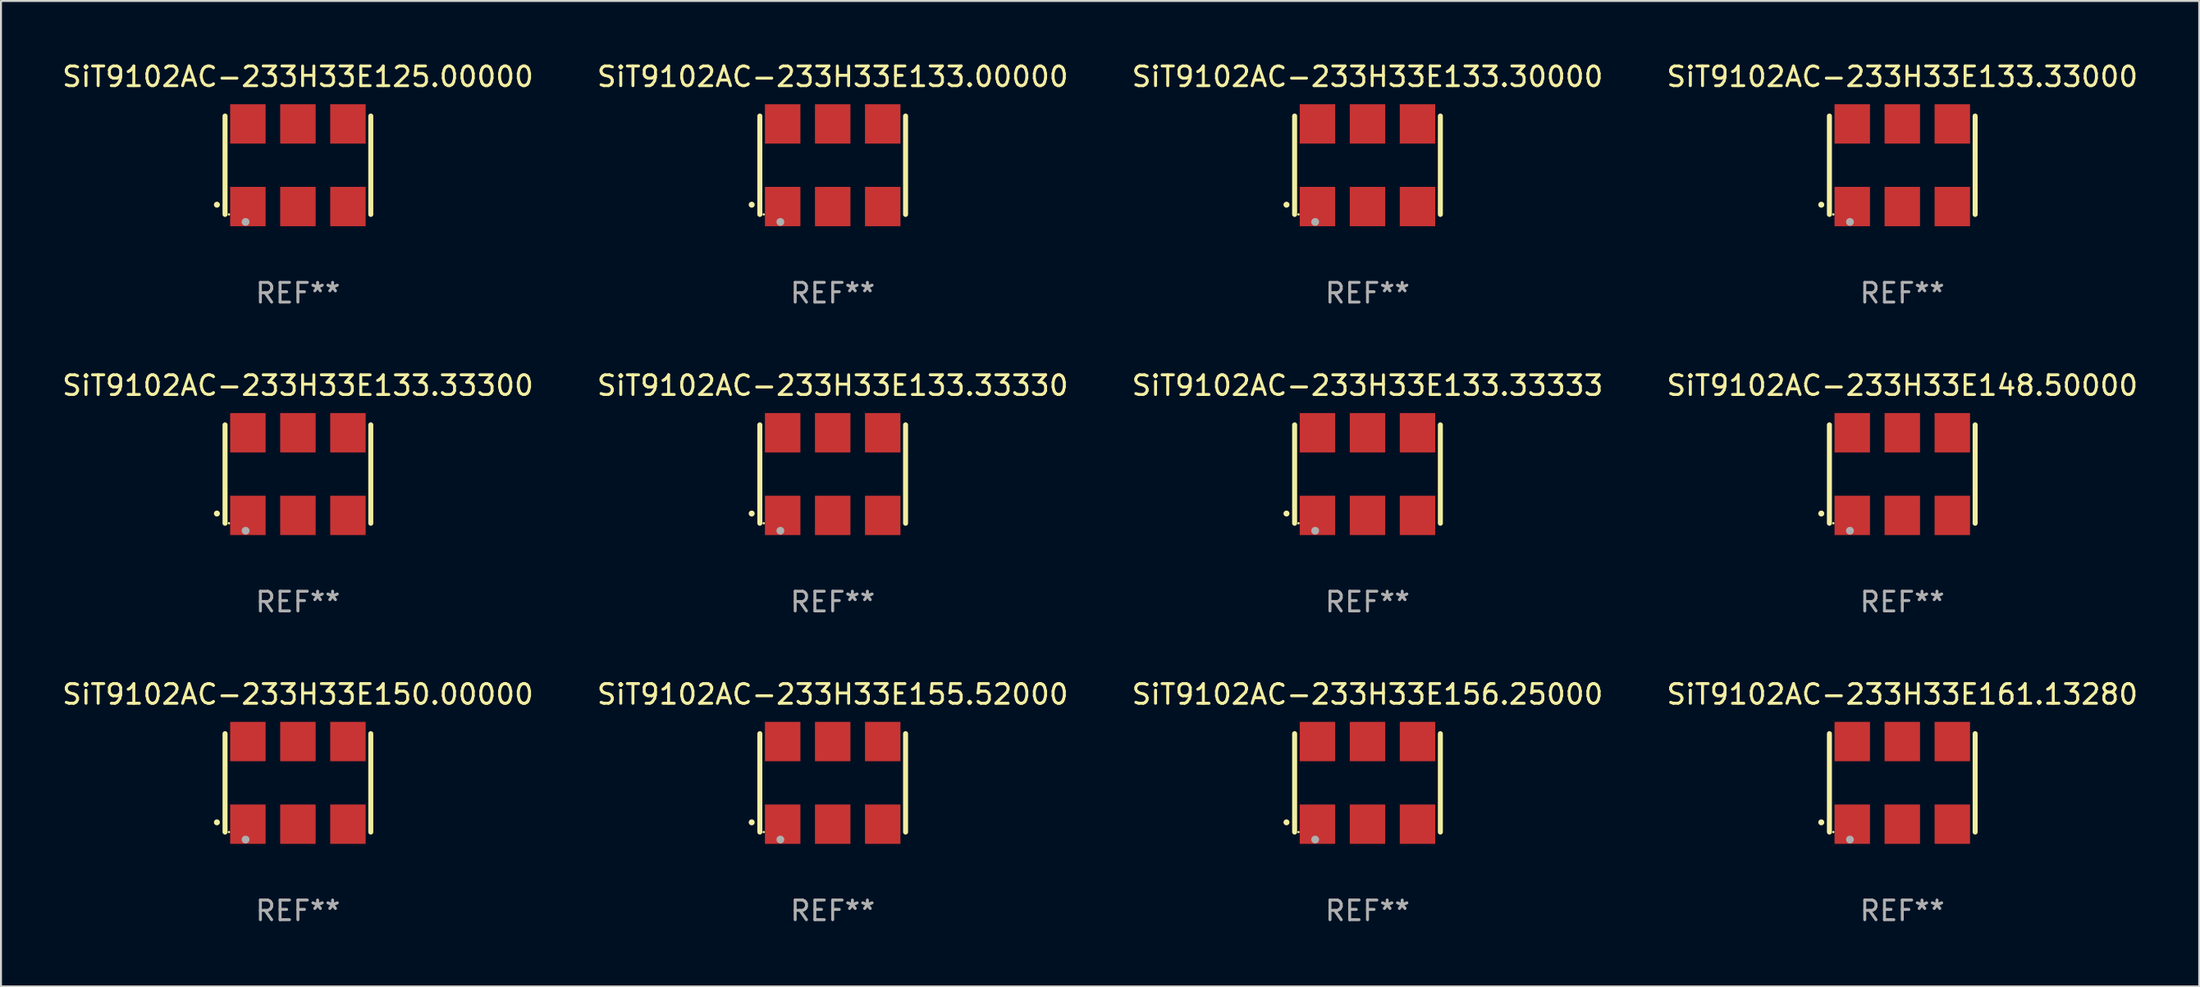
<source format=kicad_pcb>
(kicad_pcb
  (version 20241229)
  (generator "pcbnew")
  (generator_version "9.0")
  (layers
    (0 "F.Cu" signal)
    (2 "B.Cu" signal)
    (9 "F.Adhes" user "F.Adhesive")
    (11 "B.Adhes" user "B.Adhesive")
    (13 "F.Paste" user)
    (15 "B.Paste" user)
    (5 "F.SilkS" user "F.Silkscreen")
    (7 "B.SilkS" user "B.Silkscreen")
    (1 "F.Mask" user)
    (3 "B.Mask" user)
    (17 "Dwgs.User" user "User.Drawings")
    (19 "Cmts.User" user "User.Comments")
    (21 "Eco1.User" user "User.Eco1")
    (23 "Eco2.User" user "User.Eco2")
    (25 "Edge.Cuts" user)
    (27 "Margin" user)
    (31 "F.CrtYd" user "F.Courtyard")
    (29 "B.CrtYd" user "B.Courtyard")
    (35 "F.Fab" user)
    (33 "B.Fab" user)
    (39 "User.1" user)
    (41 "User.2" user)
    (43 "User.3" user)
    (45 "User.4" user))
  (footprint "SiT9102AC-233H33E133.00000"
    (layer "F.Cu")
    (at 39.232 5.348)
    (property "Reference" "SiT9102AC-233H33E133.00000" (at 0 -4.5 0) (layer "F.SilkS") (effects (font (size 1 1) (thickness 0.15))))
    (attr through_hole)
    (fp_line (start -3.7 -2.5) (end -3.7 2.5) (stroke (width 0.254) (type solid)) (layer "F.SilkS"))
    (fp_line (start 3.7 -2.5) (end 3.7 2.5) (stroke (width 0.254) (type solid)) (layer "F.SilkS"))
    (fp_arc (start -4.114415 2.006604) (mid -4.113145 2.006599) (end -4.111875 2.006604) (stroke (width 0.3) (type solid)) (layer "F.SilkS"))
    (fp_circle (center -3.502 2.5) (end -3.472 2.5) (stroke (width 0.06) (type solid)) (fill no) (layer "F.SilkS"))
    (fp_circle (center -2.657 2.882) (end -2.557 2.882) (stroke (width 0.2) (type solid)) (fill no) (layer "F.Fab"))
    (fp_text user "REF**" (at 0 6.5 0) (layer "F.Fab") (effects (font (size 1 1) (thickness 0.15))))
    (pad "1" smd rect (at -2.54 2.1) (size 1.8 2) (layers "F.Cu" "F.Mask" "F.Paste"))
    (pad "2" smd rect (at 0.000394 2.1) (size 1.8 2) (layers "F.Cu" "F.Mask" "F.Paste"))
    (pad "3" smd rect (at 2.54 2.1) (size 1.8 2) (layers "F.Cu" "F.Mask" "F.Paste"))
    (pad "4" smd rect (at 2.54 -2.1) (size 1.8 2) (layers "F.Cu" "F.Mask" "F.Paste"))
    (pad "5" smd rect (at 0.000394 -2.1) (size 1.8 2) (layers "F.Cu" "F.Mask" "F.Paste"))
    (pad "6" smd rect (at -2.54 -2.1) (size 1.8 2) (layers "F.Cu" "F.Mask" "F.Paste")))
  (footprint "SiT9102AC-233H33E161.13280"
    (layer "F.Cu")
    (at 93.542 36.741)
    (property "Reference" "SiT9102AC-233H33E161.13280" (at 0 -4.5 0) (layer "F.SilkS") (effects (font (size 1 1) (thickness 0.15))))
    (attr through_hole)
    (fp_line (start -3.7 -2.5) (end -3.7 2.5) (stroke (width 0.254) (type solid)) (layer "F.SilkS"))
    (fp_line (start 3.7 -2.5) (end 3.7 2.5) (stroke (width 0.254) (type solid)) (layer "F.SilkS"))
    (fp_arc (start -4.114415 2.006604) (mid -4.113145 2.006599) (end -4.111875 2.006604) (stroke (width 0.3) (type solid)) (layer "F.SilkS"))
    (fp_circle (center -3.502 2.5) (end -3.472 2.5) (stroke (width 0.06) (type solid)) (fill no) (layer "F.SilkS"))
    (fp_circle (center -2.657 2.882) (end -2.557 2.882) (stroke (width 0.2) (type solid)) (fill no) (layer "F.Fab"))
    (fp_text user "REF**" (at 0 6.5 0) (layer "F.Fab") (effects (font (size 1 1) (thickness 0.15))))
    (pad "1" smd rect (at -2.54 2.1) (size 1.8 2) (layers "F.Cu" "F.Mask" "F.Paste"))
    (pad "2" smd rect (at 0.000394 2.1) (size 1.8 2) (layers "F.Cu" "F.Mask" "F.Paste"))
    (pad "3" smd rect (at 2.54 2.1) (size 1.8 2) (layers "F.Cu" "F.Mask" "F.Paste"))
    (pad "4" smd rect (at 2.54 -2.1) (size 1.8 2) (layers "F.Cu" "F.Mask" "F.Paste"))
    (pad "5" smd rect (at 0.000394 -2.1) (size 1.8 2) (layers "F.Cu" "F.Mask" "F.Paste"))
    (pad "6" smd rect (at -2.54 -2.1) (size 1.8 2) (layers "F.Cu" "F.Mask" "F.Paste")))
  (footprint "SiT9102AC-233H33E133.33000"
    (layer "F.Cu")
    (at 93.542 5.348)
    (property "Reference" "SiT9102AC-233H33E133.33000" (at 0 -4.5 0) (layer "F.SilkS") (effects (font (size 1 1) (thickness 0.15))))
    (attr through_hole)
    (fp_line (start -3.7 -2.5) (end -3.7 2.5) (stroke (width 0.254) (type solid)) (layer "F.SilkS"))
    (fp_line (start 3.7 -2.5) (end 3.7 2.5) (stroke (width 0.254) (type solid)) (layer "F.SilkS"))
    (fp_arc (start -4.114415 2.006604) (mid -4.113145 2.006599) (end -4.111875 2.006604) (stroke (width 0.3) (type solid)) (layer "F.SilkS"))
    (fp_circle (center -3.502 2.5) (end -3.472 2.5) (stroke (width 0.06) (type solid)) (fill no) (layer "F.SilkS"))
    (fp_circle (center -2.657 2.882) (end -2.557 2.882) (stroke (width 0.2) (type solid)) (fill no) (layer "F.Fab"))
    (fp_text user "REF**" (at 0 6.5 0) (layer "F.Fab") (effects (font (size 1 1) (thickness 0.15))))
    (pad "1" smd rect (at -2.54 2.1) (size 1.8 2) (layers "F.Cu" "F.Mask" "F.Paste"))
    (pad "2" smd rect (at 0.000394 2.1) (size 1.8 2) (layers "F.Cu" "F.Mask" "F.Paste"))
    (pad "3" smd rect (at 2.54 2.1) (size 1.8 2) (layers "F.Cu" "F.Mask" "F.Paste"))
    (pad "4" smd rect (at 2.54 -2.1) (size 1.8 2) (layers "F.Cu" "F.Mask" "F.Paste"))
    (pad "5" smd rect (at 0.000394 -2.1) (size 1.8 2) (layers "F.Cu" "F.Mask" "F.Paste"))
    (pad "6" smd rect (at -2.54 -2.1) (size 1.8 2) (layers "F.Cu" "F.Mask" "F.Paste")))
  (footprint "SiT9102AC-233H33E150.00000"
    (layer "F.Cu")
    (at 12.077 36.741)
    (property "Reference" "SiT9102AC-233H33E150.00000" (at 0 -4.5 0) (layer "F.SilkS") (effects (font (size 1 1) (thickness 0.15))))
    (attr through_hole)
    (fp_line (start -3.7 -2.5) (end -3.7 2.5) (stroke (width 0.254) (type solid)) (layer "F.SilkS"))
    (fp_line (start 3.7 -2.5) (end 3.7 2.5) (stroke (width 0.254) (type solid)) (layer "F.SilkS"))
    (fp_arc (start -4.114415 2.006604) (mid -4.113145 2.006599) (end -4.111875 2.006604) (stroke (width 0.3) (type solid)) (layer "F.SilkS"))
    (fp_circle (center -3.502 2.5) (end -3.472 2.5) (stroke (width 0.06) (type solid)) (fill no) (layer "F.SilkS"))
    (fp_circle (center -2.657 2.882) (end -2.557 2.882) (stroke (width 0.2) (type solid)) (fill no) (layer "F.Fab"))
    (fp_text user "REF**" (at 0 6.5 0) (layer "F.Fab") (effects (font (size 1 1) (thickness 0.15))))
    (pad "1" smd rect (at -2.54 2.1) (size 1.8 2) (layers "F.Cu" "F.Mask" "F.Paste"))
    (pad "2" smd rect (at 0.000394 2.1) (size 1.8 2) (layers "F.Cu" "F.Mask" "F.Paste"))
    (pad "3" smd rect (at 2.54 2.1) (size 1.8 2) (layers "F.Cu" "F.Mask" "F.Paste"))
    (pad "4" smd rect (at 2.54 -2.1) (size 1.8 2) (layers "F.Cu" "F.Mask" "F.Paste"))
    (pad "5" smd rect (at 0.000394 -2.1) (size 1.8 2) (layers "F.Cu" "F.Mask" "F.Paste"))
    (pad "6" smd rect (at -2.54 -2.1) (size 1.8 2) (layers "F.Cu" "F.Mask" "F.Paste")))
  (footprint "SiT9102AC-233H33E125.00000"
    (layer "F.Cu")
    (at 12.077 5.348)
    (property "Reference" "SiT9102AC-233H33E125.00000" (at 0 -4.5 0) (layer "F.SilkS") (effects (font (size 1 1) (thickness 0.15))))
    (attr through_hole)
    (fp_line (start -3.7 -2.5) (end -3.7 2.5) (stroke (width 0.254) (type solid)) (layer "F.SilkS"))
    (fp_line (start 3.7 -2.5) (end 3.7 2.5) (stroke (width 0.254) (type solid)) (layer "F.SilkS"))
    (fp_arc (start -4.114415 2.006604) (mid -4.113145 2.006599) (end -4.111875 2.006604) (stroke (width 0.3) (type solid)) (layer "F.SilkS"))
    (fp_circle (center -3.502 2.5) (end -3.472 2.5) (stroke (width 0.06) (type solid)) (fill no) (layer "F.SilkS"))
    (fp_circle (center -2.657 2.882) (end -2.557 2.882) (stroke (width 0.2) (type solid)) (fill no) (layer "F.Fab"))
    (fp_text user "REF**" (at 0 6.5 0) (layer "F.Fab") (effects (font (size 1 1) (thickness 0.15))))
    (pad "1" smd rect (at -2.54 2.1) (size 1.8 2) (layers "F.Cu" "F.Mask" "F.Paste"))
    (pad "2" smd rect (at 0.000394 2.1) (size 1.8 2) (layers "F.Cu" "F.Mask" "F.Paste"))
    (pad "3" smd rect (at 2.54 2.1) (size 1.8 2) (layers "F.Cu" "F.Mask" "F.Paste"))
    (pad "4" smd rect (at 2.54 -2.1) (size 1.8 2) (layers "F.Cu" "F.Mask" "F.Paste"))
    (pad "5" smd rect (at 0.000394 -2.1) (size 1.8 2) (layers "F.Cu" "F.Mask" "F.Paste"))
    (pad "6" smd rect (at -2.54 -2.1) (size 1.8 2) (layers "F.Cu" "F.Mask" "F.Paste")))
  (footprint "SiT9102AC-233H33E148.50000"
    (layer "F.Cu")
    (at 93.542 21.045)
    (property "Reference" "SiT9102AC-233H33E148.50000" (at 0 -4.5 0) (layer "F.SilkS") (effects (font (size 1 1) (thickness 0.15))))
    (attr through_hole)
    (fp_line (start -3.7 -2.5) (end -3.7 2.5) (stroke (width 0.254) (type solid)) (layer "F.SilkS"))
    (fp_line (start 3.7 -2.5) (end 3.7 2.5) (stroke (width 0.254) (type solid)) (layer "F.SilkS"))
    (fp_arc (start -4.114415 2.006604) (mid -4.113145 2.006599) (end -4.111875 2.006604) (stroke (width 0.3) (type solid)) (layer "F.SilkS"))
    (fp_circle (center -3.502 2.5) (end -3.472 2.5) (stroke (width 0.06) (type solid)) (fill no) (layer "F.SilkS"))
    (fp_circle (center -2.657 2.882) (end -2.557 2.882) (stroke (width 0.2) (type solid)) (fill no) (layer "F.Fab"))
    (fp_text user "REF**" (at 0 6.5 0) (layer "F.Fab") (effects (font (size 1 1) (thickness 0.15))))
    (pad "1" smd rect (at -2.54 2.1) (size 1.8 2) (layers "F.Cu" "F.Mask" "F.Paste"))
    (pad "2" smd rect (at 0.000394 2.1) (size 1.8 2) (layers "F.Cu" "F.Mask" "F.Paste"))
    (pad "3" smd rect (at 2.54 2.1) (size 1.8 2) (layers "F.Cu" "F.Mask" "F.Paste"))
    (pad "4" smd rect (at 2.54 -2.1) (size 1.8 2) (layers "F.Cu" "F.Mask" "F.Paste"))
    (pad "5" smd rect (at 0.000394 -2.1) (size 1.8 2) (layers "F.Cu" "F.Mask" "F.Paste"))
    (pad "6" smd rect (at -2.54 -2.1) (size 1.8 2) (layers "F.Cu" "F.Mask" "F.Paste")))
  (footprint "SiT9102AC-233H33E133.33333"
    (layer "F.Cu")
    (at 66.387 21.045)
    (property "Reference" "SiT9102AC-233H33E133.33333" (at 0 -4.5 0) (layer "F.SilkS") (effects (font (size 1 1) (thickness 0.15))))
    (attr through_hole)
    (fp_line (start -3.7 -2.5) (end -3.7 2.5) (stroke (width 0.254) (type solid)) (layer "F.SilkS"))
    (fp_line (start 3.7 -2.5) (end 3.7 2.5) (stroke (width 0.254) (type solid)) (layer "F.SilkS"))
    (fp_arc (start -4.114415 2.006604) (mid -4.113145 2.006599) (end -4.111875 2.006604) (stroke (width 0.3) (type solid)) (layer "F.SilkS"))
    (fp_circle (center -3.502 2.5) (end -3.472 2.5) (stroke (width 0.06) (type solid)) (fill no) (layer "F.SilkS"))
    (fp_circle (center -2.657 2.882) (end -2.557 2.882) (stroke (width 0.2) (type solid)) (fill no) (layer "F.Fab"))
    (fp_text user "REF**" (at 0 6.5 0) (layer "F.Fab") (effects (font (size 1 1) (thickness 0.15))))
    (pad "1" smd rect (at -2.54 2.1) (size 1.8 2) (layers "F.Cu" "F.Mask" "F.Paste"))
    (pad "2" smd rect (at 0.000394 2.1) (size 1.8 2) (layers "F.Cu" "F.Mask" "F.Paste"))
    (pad "3" smd rect (at 2.54 2.1) (size 1.8 2) (layers "F.Cu" "F.Mask" "F.Paste"))
    (pad "4" smd rect (at 2.54 -2.1) (size 1.8 2) (layers "F.Cu" "F.Mask" "F.Paste"))
    (pad "5" smd rect (at 0.000394 -2.1) (size 1.8 2) (layers "F.Cu" "F.Mask" "F.Paste"))
    (pad "6" smd rect (at -2.54 -2.1) (size 1.8 2) (layers "F.Cu" "F.Mask" "F.Paste")))
  (footprint "SiT9102AC-233H33E133.30000"
    (layer "F.Cu")
    (at 66.387 5.348)
    (property "Reference" "SiT9102AC-233H33E133.30000" (at 0 -4.5 0) (layer "F.SilkS") (effects (font (size 1 1) (thickness 0.15))))
    (attr through_hole)
    (fp_line (start -3.7 -2.5) (end -3.7 2.5) (stroke (width 0.254) (type solid)) (layer "F.SilkS"))
    (fp_line (start 3.7 -2.5) (end 3.7 2.5) (stroke (width 0.254) (type solid)) (layer "F.SilkS"))
    (fp_arc (start -4.114415 2.006604) (mid -4.113145 2.006599) (end -4.111875 2.006604) (stroke (width 0.3) (type solid)) (layer "F.SilkS"))
    (fp_circle (center -3.502 2.5) (end -3.472 2.5) (stroke (width 0.06) (type solid)) (fill no) (layer "F.SilkS"))
    (fp_circle (center -2.657 2.882) (end -2.557 2.882) (stroke (width 0.2) (type solid)) (fill no) (layer "F.Fab"))
    (fp_text user "REF**" (at 0 6.5 0) (layer "F.Fab") (effects (font (size 1 1) (thickness 0.15))))
    (pad "1" smd rect (at -2.54 2.1) (size 1.8 2) (layers "F.Cu" "F.Mask" "F.Paste"))
    (pad "2" smd rect (at 0.000394 2.1) (size 1.8 2) (layers "F.Cu" "F.Mask" "F.Paste"))
    (pad "3" smd rect (at 2.54 2.1) (size 1.8 2) (layers "F.Cu" "F.Mask" "F.Paste"))
    (pad "4" smd rect (at 2.54 -2.1) (size 1.8 2) (layers "F.Cu" "F.Mask" "F.Paste"))
    (pad "5" smd rect (at 0.000394 -2.1) (size 1.8 2) (layers "F.Cu" "F.Mask" "F.Paste"))
    (pad "6" smd rect (at -2.54 -2.1) (size 1.8 2) (layers "F.Cu" "F.Mask" "F.Paste")))
  (footprint "SiT9102AC-233H33E133.33300"
    (layer "F.Cu")
    (at 12.077 21.045)
    (property "Reference" "SiT9102AC-233H33E133.33300" (at 0 -4.5 0) (layer "F.SilkS") (effects (font (size 1 1) (thickness 0.15))))
    (attr through_hole)
    (fp_line (start -3.7 -2.5) (end -3.7 2.5) (stroke (width 0.254) (type solid)) (layer "F.SilkS"))
    (fp_line (start 3.7 -2.5) (end 3.7 2.5) (stroke (width 0.254) (type solid)) (layer "F.SilkS"))
    (fp_arc (start -4.114415 2.006604) (mid -4.113145 2.006599) (end -4.111875 2.006604) (stroke (width 0.3) (type solid)) (layer "F.SilkS"))
    (fp_circle (center -3.502 2.5) (end -3.472 2.5) (stroke (width 0.06) (type solid)) (fill no) (layer "F.SilkS"))
    (fp_circle (center -2.657 2.882) (end -2.557 2.882) (stroke (width 0.2) (type solid)) (fill no) (layer "F.Fab"))
    (fp_text user "REF**" (at 0 6.5 0) (layer "F.Fab") (effects (font (size 1 1) (thickness 0.15))))
    (pad "1" smd rect (at -2.54 2.1) (size 1.8 2) (layers "F.Cu" "F.Mask" "F.Paste"))
    (pad "2" smd rect (at 0.000394 2.1) (size 1.8 2) (layers "F.Cu" "F.Mask" "F.Paste"))
    (pad "3" smd rect (at 2.54 2.1) (size 1.8 2) (layers "F.Cu" "F.Mask" "F.Paste"))
    (pad "4" smd rect (at 2.54 -2.1) (size 1.8 2) (layers "F.Cu" "F.Mask" "F.Paste"))
    (pad "5" smd rect (at 0.000394 -2.1) (size 1.8 2) (layers "F.Cu" "F.Mask" "F.Paste"))
    (pad "6" smd rect (at -2.54 -2.1) (size 1.8 2) (layers "F.Cu" "F.Mask" "F.Paste")))
  (footprint "SiT9102AC-233H33E133.33330"
    (layer "F.Cu")
    (at 39.232 21.045)
    (property "Reference" "SiT9102AC-233H33E133.33330" (at 0 -4.5 0) (layer "F.SilkS") (effects (font (size 1 1) (thickness 0.15))))
    (attr through_hole)
    (fp_line (start -3.7 -2.5) (end -3.7 2.5) (stroke (width 0.254) (type solid)) (layer "F.SilkS"))
    (fp_line (start 3.7 -2.5) (end 3.7 2.5) (stroke (width 0.254) (type solid)) (layer "F.SilkS"))
    (fp_arc (start -4.114415 2.006604) (mid -4.113145 2.006599) (end -4.111875 2.006604) (stroke (width 0.3) (type solid)) (layer "F.SilkS"))
    (fp_circle (center -3.502 2.5) (end -3.472 2.5) (stroke (width 0.06) (type solid)) (fill no) (layer "F.SilkS"))
    (fp_circle (center -2.657 2.882) (end -2.557 2.882) (stroke (width 0.2) (type solid)) (fill no) (layer "F.Fab"))
    (fp_text user "REF**" (at 0 6.5 0) (layer "F.Fab") (effects (font (size 1 1) (thickness 0.15))))
    (pad "1" smd rect (at -2.54 2.1) (size 1.8 2) (layers "F.Cu" "F.Mask" "F.Paste"))
    (pad "2" smd rect (at 0.000394 2.1) (size 1.8 2) (layers "F.Cu" "F.Mask" "F.Paste"))
    (pad "3" smd rect (at 2.54 2.1) (size 1.8 2) (layers "F.Cu" "F.Mask" "F.Paste"))
    (pad "4" smd rect (at 2.54 -2.1) (size 1.8 2) (layers "F.Cu" "F.Mask" "F.Paste"))
    (pad "5" smd rect (at 0.000394 -2.1) (size 1.8 2) (layers "F.Cu" "F.Mask" "F.Paste"))
    (pad "6" smd rect (at -2.54 -2.1) (size 1.8 2) (layers "F.Cu" "F.Mask" "F.Paste")))
  (footprint "SiT9102AC-233H33E156.25000"
    (layer "F.Cu")
    (at 66.387 36.741)
    (property "Reference" "SiT9102AC-233H33E156.25000" (at 0 -4.5 0) (layer "F.SilkS") (effects (font (size 1 1) (thickness 0.15))))
    (attr through_hole)
    (fp_line (start -3.7 -2.5) (end -3.7 2.5) (stroke (width 0.254) (type solid)) (layer "F.SilkS"))
    (fp_line (start 3.7 -2.5) (end 3.7 2.5) (stroke (width 0.254) (type solid)) (layer "F.SilkS"))
    (fp_arc (start -4.114415 2.006604) (mid -4.113145 2.006599) (end -4.111875 2.006604) (stroke (width 0.3) (type solid)) (layer "F.SilkS"))
    (fp_circle (center -3.502 2.5) (end -3.472 2.5) (stroke (width 0.06) (type solid)) (fill no) (layer "F.SilkS"))
    (fp_circle (center -2.657 2.882) (end -2.557 2.882) (stroke (width 0.2) (type solid)) (fill no) (layer "F.Fab"))
    (fp_text user "REF**" (at 0 6.5 0) (layer "F.Fab") (effects (font (size 1 1) (thickness 0.15))))
    (pad "1" smd rect (at -2.54 2.1) (size 1.8 2) (layers "F.Cu" "F.Mask" "F.Paste"))
    (pad "2" smd rect (at 0.000394 2.1) (size 1.8 2) (layers "F.Cu" "F.Mask" "F.Paste"))
    (pad "3" smd rect (at 2.54 2.1) (size 1.8 2) (layers "F.Cu" "F.Mask" "F.Paste"))
    (pad "4" smd rect (at 2.54 -2.1) (size 1.8 2) (layers "F.Cu" "F.Mask" "F.Paste"))
    (pad "5" smd rect (at 0.000394 -2.1) (size 1.8 2) (layers "F.Cu" "F.Mask" "F.Paste"))
    (pad "6" smd rect (at -2.54 -2.1) (size 1.8 2) (layers "F.Cu" "F.Mask" "F.Paste")))
  (footprint "SiT9102AC-233H33E155.52000"
    (layer "F.Cu")
    (at 39.232 36.741)
    (property "Reference" "SiT9102AC-233H33E155.52000" (at 0 -4.5 0) (layer "F.SilkS") (effects (font (size 1 1) (thickness 0.15))))
    (attr through_hole)
    (fp_line (start -3.7 -2.5) (end -3.7 2.5) (stroke (width 0.254) (type solid)) (layer "F.SilkS"))
    (fp_line (start 3.7 -2.5) (end 3.7 2.5) (stroke (width 0.254) (type solid)) (layer "F.SilkS"))
    (fp_arc (start -4.114415 2.006604) (mid -4.113145 2.006599) (end -4.111875 2.006604) (stroke (width 0.3) (type solid)) (layer "F.SilkS"))
    (fp_circle (center -3.502 2.5) (end -3.472 2.5) (stroke (width 0.06) (type solid)) (fill no) (layer "F.SilkS"))
    (fp_circle (center -2.657 2.882) (end -2.557 2.882) (stroke (width 0.2) (type solid)) (fill no) (layer "F.Fab"))
    (fp_text user "REF**" (at 0 6.5 0) (layer "F.Fab") (effects (font (size 1 1) (thickness 0.15))))
    (pad "1" smd rect (at -2.54 2.1) (size 1.8 2) (layers "F.Cu" "F.Mask" "F.Paste"))
    (pad "2" smd rect (at 0.000394 2.1) (size 1.8 2) (layers "F.Cu" "F.Mask" "F.Paste"))
    (pad "3" smd rect (at 2.54 2.1) (size 1.8 2) (layers "F.Cu" "F.Mask" "F.Paste"))
    (pad "4" smd rect (at 2.54 -2.1) (size 1.8 2) (layers "F.Cu" "F.Mask" "F.Paste"))
    (pad "5" smd rect (at 0.000394 -2.1) (size 1.8 2) (layers "F.Cu" "F.Mask" "F.Paste"))
    (pad "6" smd rect (at -2.54 -2.1) (size 1.8 2) (layers "F.Cu" "F.Mask" "F.Paste")))
  (gr_rect
    (start -3 -3)
    (end 108.619 47.09)
    (stroke (width 0.1) (type default))
    (fill no)
    (layer "Edge.Cuts")))
</source>
